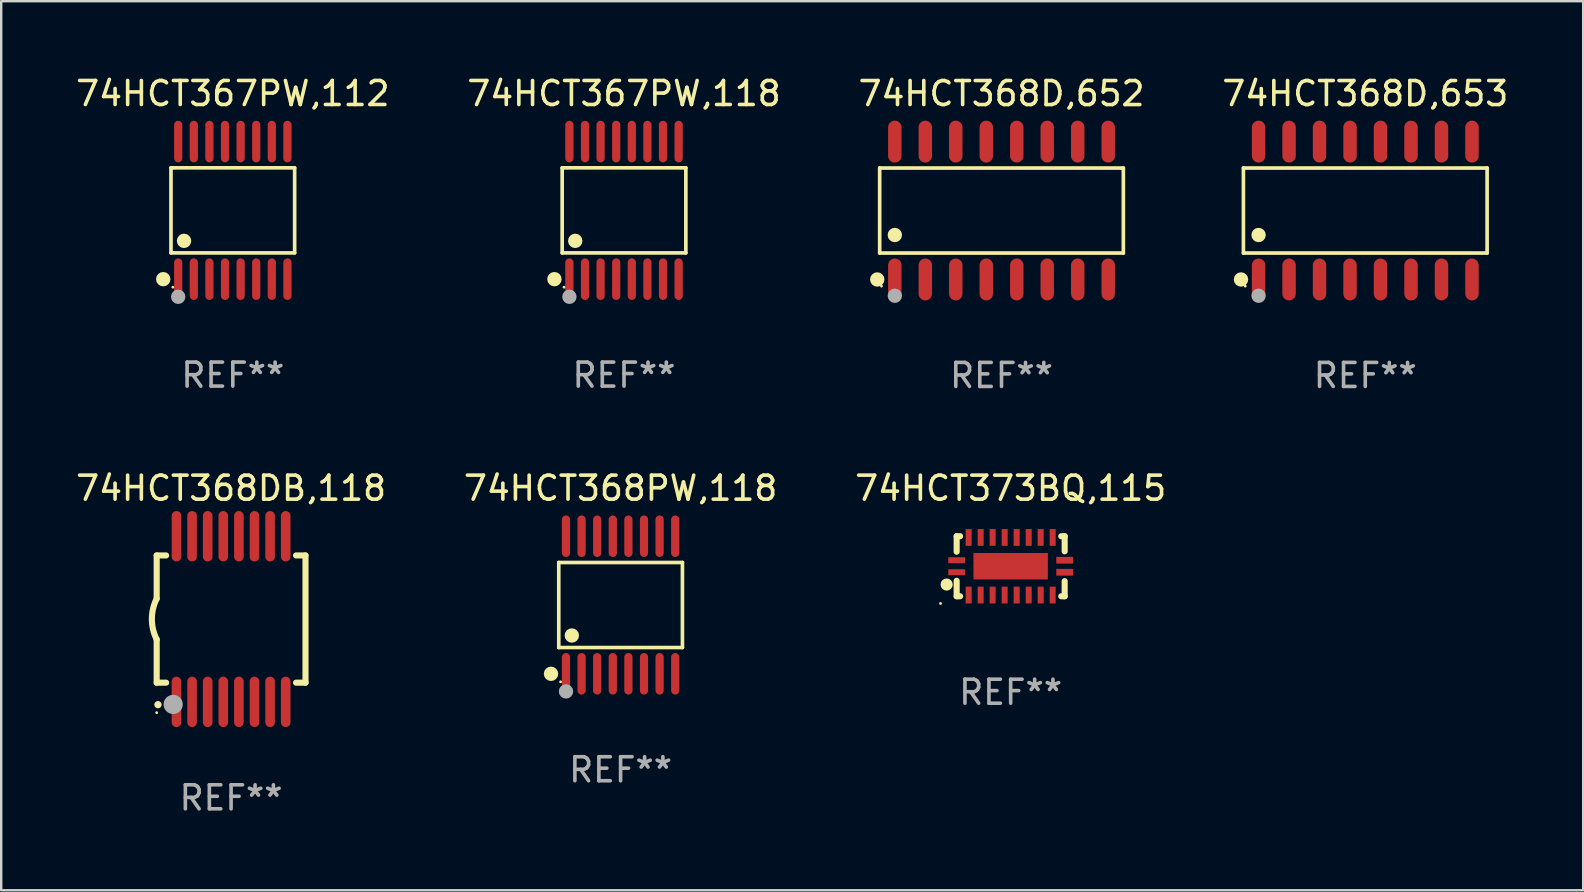
<source format=kicad_pcb>
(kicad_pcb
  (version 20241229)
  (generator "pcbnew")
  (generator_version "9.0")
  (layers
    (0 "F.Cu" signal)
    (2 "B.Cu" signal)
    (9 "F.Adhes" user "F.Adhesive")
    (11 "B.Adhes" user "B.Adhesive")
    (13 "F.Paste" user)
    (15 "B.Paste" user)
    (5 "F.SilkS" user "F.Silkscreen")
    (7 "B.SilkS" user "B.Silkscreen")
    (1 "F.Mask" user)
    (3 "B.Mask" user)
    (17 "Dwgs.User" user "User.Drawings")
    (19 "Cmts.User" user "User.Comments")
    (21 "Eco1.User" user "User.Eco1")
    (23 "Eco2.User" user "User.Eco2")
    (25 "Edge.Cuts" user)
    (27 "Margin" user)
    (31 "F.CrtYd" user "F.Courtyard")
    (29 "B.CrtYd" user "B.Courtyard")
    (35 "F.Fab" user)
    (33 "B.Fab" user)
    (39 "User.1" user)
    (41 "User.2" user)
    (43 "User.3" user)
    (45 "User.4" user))
  (footprint "74HCT368D,652"
    (layer "F.Cu")
    (at 38.673 5.721)
    (property "Reference" "74HCT368D,652" (at 0 -4.872 0) (layer "F.SilkS") (effects (font (size 1 1) (thickness 0.15))))
    (attr through_hole)
    (fp_line (start -5.076 -1.771) (end 5.076 -1.771) (stroke (width 0.152) (type solid)) (layer "F.SilkS"))
    (fp_line (start -5.076 1.771) (end -5.076 -1.771) (stroke (width 0.152) (type solid)) (layer "F.SilkS"))
    (fp_line (start 5.076 -1.771) (end 5.076 1.771) (stroke (width 0.152) (type solid)) (layer "F.SilkS"))
    (fp_line (start 5.076 1.771) (end -5.076 1.771) (stroke (width 0.152) (type solid)) (layer "F.SilkS"))
    (fp_circle (center -5.177 2.872) (end -5.027 2.872) (stroke (width 0.3) (type solid)) (fill no) (layer "F.SilkS"))
    (fp_circle (center -5 3.15) (end -4.97 3.15) (stroke (width 0.06) (type solid)) (fill no) (layer "F.SilkS"))
    (fp_circle (center -4.445 1.019) (end -4.295 1.019) (stroke (width 0.3) (type solid)) (fill no) (layer "F.SilkS"))
    (fp_circle (center -4.445 3.55) (end -4.295 3.55) (stroke (width 0.3) (type solid)) (fill no) (layer "F.Fab"))
    (fp_text user "REF**" (at 0 6.872 0) (layer "F.Fab") (effects (font (size 1 1) (thickness 0.15))))
    (pad "1" smd oval (at -4.445 2.872) (size 0.56 1.745) (layers "F.Cu" "F.Mask" "F.Paste"))
    (pad "2" smd oval (at -3.175 2.872) (size 0.56 1.745) (layers "F.Cu" "F.Mask" "F.Paste"))
    (pad "3" smd oval (at -1.905 2.872) (size 0.56 1.745) (layers "F.Cu" "F.Mask" "F.Paste"))
    (pad "4" smd oval (at -0.635 2.872) (size 0.56 1.745) (layers "F.Cu" "F.Mask" "F.Paste"))
    (pad "5" smd oval (at 0.635 2.872) (size 0.56 1.745) (layers "F.Cu" "F.Mask" "F.Paste"))
    (pad "6" smd oval (at 1.905 2.872) (size 0.56 1.745) (layers "F.Cu" "F.Mask" "F.Paste"))
    (pad "7" smd oval (at 3.175 2.872) (size 0.56 1.745) (layers "F.Cu" "F.Mask" "F.Paste"))
    (pad "8" smd oval (at 4.445 2.872) (size 0.56 1.745) (layers "F.Cu" "F.Mask" "F.Paste"))
    (pad "9" smd oval (at 4.445 -2.872) (size 0.56 1.745) (layers "F.Cu" "F.Mask" "F.Paste"))
    (pad "10" smd oval (at 3.175 -2.872) (size 0.56 1.745) (layers "F.Cu" "F.Mask" "F.Paste"))
    (pad "11" smd oval (at 1.905 -2.872) (size 0.56 1.745) (layers "F.Cu" "F.Mask" "F.Paste"))
    (pad "12" smd oval (at 0.635 -2.872) (size 0.56 1.745) (layers "F.Cu" "F.Mask" "F.Paste"))
    (pad "13" smd oval (at -0.635 -2.872) (size 0.56 1.745) (layers "F.Cu" "F.Mask" "F.Paste"))
    (pad "14" smd oval (at -1.905 -2.872) (size 0.56 1.745) (layers "F.Cu" "F.Mask" "F.Paste"))
    (pad "15" smd oval (at -3.175 -2.872) (size 0.56 1.745) (layers "F.Cu" "F.Mask" "F.Paste"))
    (pad "16" smd oval (at -4.445 -2.872) (size 0.56 1.745) (layers "F.Cu" "F.Mask" "F.Paste")))
  (footprint "74HCT368DB,118"
    (layer "F.Cu")
    (at 6.577 22.74)
    (property "Reference" "74HCT368DB,118" (at 0 -5.45 0) (layer "F.SilkS") (effects (font (size 1 1) (thickness 0.15))))
    (attr through_hole)
    (fp_line (start -3.1 -2.65) (end -3.1 -0.85) (stroke (width 0.254) (type solid)) (layer "F.SilkS"))
    (fp_line (start -3.1 -2.65) (end -2.706 -2.65) (stroke (width 0.254) (type solid)) (layer "F.SilkS"))
    (fp_line (start -3.1 2.65) (end -3.1 0.85) (stroke (width 0.254) (type solid)) (layer "F.SilkS"))
    (fp_line (start -3.1 2.65) (end -2.706 2.65) (stroke (width 0.254) (type solid)) (layer "F.SilkS"))
    (fp_line (start 2.706 -2.65) (end 3.1 -2.65) (stroke (width 0.254) (type solid)) (layer "F.SilkS"))
    (fp_line (start 2.706 2.65) (end 3.1 2.65) (stroke (width 0.254) (type solid)) (layer "F.SilkS"))
    (fp_line (start 3.1 -2.65) (end 3.1 2.65) (stroke (width 0.254) (type solid)) (layer "F.SilkS"))
    (fp_arc (start -3.098907 0.850902) (mid -3.300057 0.000523) (end -3.1 -0.850114) (stroke (width 0.254001) (type solid)) (layer "F.SilkS"))
    (fp_arc (start -3.048006 3.566066) (mid -3.046736 3.566061) (end -3.045466 3.566066) (stroke (width 0.3) (type solid)) (layer "F.SilkS"))
    (fp_circle (center -3.1 3.9) (end -3.07 3.9) (stroke (width 0.06) (type solid)) (fill no) (layer "F.SilkS"))
    (fp_circle (center -2.413 3.556) (end -2.213 3.556) (stroke (width 0.4) (type solid)) (fill no) (layer "F.Fab"))
    (fp_text user "REF**" (at 0 7.45 0) (layer "F.Fab") (effects (font (size 1 1) (thickness 0.15))))
    (pad "1" smd oval (at -2.275 3.45 180) (size 0.4 2.1) (layers "F.Cu" "F.Mask" "F.Paste"))
    (pad "2" smd oval (at -1.625 3.45 180) (size 0.4 2.1) (layers "F.Cu" "F.Mask" "F.Paste"))
    (pad "3" smd oval (at -0.975 3.45 180) (size 0.4 2.1) (layers "F.Cu" "F.Mask" "F.Paste"))
    (pad "4" smd oval (at -0.325 3.45 180) (size 0.4 2.1) (layers "F.Cu" "F.Mask" "F.Paste"))
    (pad "5" smd oval (at 0.325 3.45 180) (size 0.4 2.1) (layers "F.Cu" "F.Mask" "F.Paste"))
    (pad "6" smd oval (at 0.975 3.45 180) (size 0.4 2.1) (layers "F.Cu" "F.Mask" "F.Paste"))
    (pad "7" smd oval (at 1.625 3.45 180) (size 0.4 2.1) (layers "F.Cu" "F.Mask" "F.Paste"))
    (pad "8" smd oval (at 2.275 3.45 180) (size 0.4 2.1) (layers "F.Cu" "F.Mask" "F.Paste"))
    (pad "9" smd oval (at 2.275 -3.45 180) (size 0.4 2.1) (layers "F.Cu" "F.Mask" "F.Paste"))
    (pad "10" smd oval (at 1.625 -3.45 180) (size 0.4 2.1) (layers "F.Cu" "F.Mask" "F.Paste"))
    (pad "11" smd oval (at 0.975 -3.45 180) (size 0.4 2.1) (layers "F.Cu" "F.Mask" "F.Paste"))
    (pad "12" smd oval (at 0.325 -3.45 180) (size 0.4 2.1) (layers "F.Cu" "F.Mask" "F.Paste"))
    (pad "13" smd oval (at -0.325 -3.45 180) (size 0.4 2.1) (layers "F.Cu" "F.Mask" "F.Paste"))
    (pad "14" smd oval (at -0.975 -3.45 180) (size 0.4 2.1) (layers "F.Cu" "F.Mask" "F.Paste"))
    (pad "15" smd oval (at -1.625 -3.45 180) (size 0.4 2.1) (layers "F.Cu" "F.Mask" "F.Paste"))
    (pad "16" smd oval (at -2.275 -3.45 180) (size 0.4 2.1) (layers "F.Cu" "F.Mask" "F.Paste")))
  (footprint "74HCT368PW,118"
    (layer "F.Cu")
    (at 22.804 22.155)
    (property "Reference" "74HCT368PW,118" (at 0 -4.866 0) (layer "F.SilkS") (effects (font (size 1 1) (thickness 0.15))))
    (attr through_hole)
    (fp_line (start -2.576 -1.772) (end 2.576 -1.772) (stroke (width 0.152) (type solid)) (layer "F.SilkS"))
    (fp_line (start -2.576 1.771) (end -2.576 -1.772) (stroke (width 0.152) (type solid)) (layer "F.SilkS"))
    (fp_line (start 2.576 -1.772) (end 2.576 1.771) (stroke (width 0.152) (type solid)) (layer "F.SilkS"))
    (fp_line (start 2.576 1.771) (end -2.576 1.771) (stroke (width 0.152) (type solid)) (layer "F.SilkS"))
    (fp_circle (center -2.899 2.866) (end -2.749 2.866) (stroke (width 0.3) (type solid)) (fill no) (layer "F.SilkS"))
    (fp_circle (center -2.5 3.2) (end -2.47 3.2) (stroke (width 0.06) (type solid)) (fill no) (layer "F.SilkS"))
    (fp_circle (center -2.032 1.27) (end -1.882 1.27) (stroke (width 0.3) (type solid)) (fill no) (layer "F.SilkS"))
    (fp_circle (center -2.275 3.6) (end -2.125 3.6) (stroke (width 0.3) (type solid)) (fill no) (layer "F.Fab"))
    (fp_text user "REF**" (at 0 6.866 0) (layer "F.Fab") (effects (font (size 1 1) (thickness 0.15))))
    (pad "1" smd oval (at -2.275 2.866) (size 0.343 1.731) (layers "F.Cu" "F.Mask" "F.Paste"))
    (pad "2" smd oval (at -1.625 2.866) (size 0.343 1.731) (layers "F.Cu" "F.Mask" "F.Paste"))
    (pad "3" smd oval (at -0.975 2.866) (size 0.343 1.731) (layers "F.Cu" "F.Mask" "F.Paste"))
    (pad "4" smd oval (at -0.325 2.866) (size 0.343 1.731) (layers "F.Cu" "F.Mask" "F.Paste"))
    (pad "5" smd oval (at 0.325 2.866) (size 0.343 1.731) (layers "F.Cu" "F.Mask" "F.Paste"))
    (pad "6" smd oval (at 0.975 2.866) (size 0.343 1.731) (layers "F.Cu" "F.Mask" "F.Paste"))
    (pad "7" smd oval (at 1.625 2.866) (size 0.343 1.731) (layers "F.Cu" "F.Mask" "F.Paste"))
    (pad "8" smd oval (at 2.275 2.866) (size 0.343 1.731) (layers "F.Cu" "F.Mask" "F.Paste"))
    (pad "9" smd oval (at 2.275 -2.866) (size 0.343 1.731) (layers "F.Cu" "F.Mask" "F.Paste"))
    (pad "10" smd oval (at 1.625 -2.866) (size 0.343 1.731) (layers "F.Cu" "F.Mask" "F.Paste"))
    (pad "11" smd oval (at 0.975 -2.866) (size 0.343 1.731) (layers "F.Cu" "F.Mask" "F.Paste"))
    (pad "12" smd oval (at 0.325 -2.866) (size 0.343 1.731) (layers "F.Cu" "F.Mask" "F.Paste"))
    (pad "13" smd oval (at -0.325 -2.866) (size 0.343 1.731) (layers "F.Cu" "F.Mask" "F.Paste"))
    (pad "14" smd oval (at -0.975 -2.866) (size 0.343 1.731) (layers "F.Cu" "F.Mask" "F.Paste"))
    (pad "15" smd oval (at -1.625 -2.866) (size 0.343 1.731) (layers "F.Cu" "F.Mask" "F.Paste"))
    (pad "16" smd oval (at -2.275 -2.866) (size 0.343 1.731) (layers "F.Cu" "F.Mask" "F.Paste")))
  (footprint "74HCT368D,653"
    (layer "F.Cu")
    (at 53.827 5.721)
    (property "Reference" "74HCT368D,653" (at 0 -4.872 0) (layer "F.SilkS") (effects (font (size 1 1) (thickness 0.15))))
    (attr through_hole)
    (fp_line (start -5.076 -1.771) (end 5.076 -1.771) (stroke (width 0.152) (type solid)) (layer "F.SilkS"))
    (fp_line (start -5.076 1.771) (end -5.076 -1.771) (stroke (width 0.152) (type solid)) (layer "F.SilkS"))
    (fp_line (start 5.076 -1.771) (end 5.076 1.771) (stroke (width 0.152) (type solid)) (layer "F.SilkS"))
    (fp_line (start 5.076 1.771) (end -5.076 1.771) (stroke (width 0.152) (type solid)) (layer "F.SilkS"))
    (fp_circle (center -5.177 2.872) (end -5.027 2.872) (stroke (width 0.3) (type solid)) (fill no) (layer "F.SilkS"))
    (fp_circle (center -5 3.15) (end -4.97 3.15) (stroke (width 0.06) (type solid)) (fill no) (layer "F.SilkS"))
    (fp_circle (center -4.445 1.019) (end -4.295 1.019) (stroke (width 0.3) (type solid)) (fill no) (layer "F.SilkS"))
    (fp_circle (center -4.445 3.55) (end -4.295 3.55) (stroke (width 0.3) (type solid)) (fill no) (layer "F.Fab"))
    (fp_text user "REF**" (at 0 6.872 0) (layer "F.Fab") (effects (font (size 1 1) (thickness 0.15))))
    (pad "1" smd oval (at -4.445 2.872) (size 0.56 1.745) (layers "F.Cu" "F.Mask" "F.Paste"))
    (pad "2" smd oval (at -3.175 2.872) (size 0.56 1.745) (layers "F.Cu" "F.Mask" "F.Paste"))
    (pad "3" smd oval (at -1.905 2.872) (size 0.56 1.745) (layers "F.Cu" "F.Mask" "F.Paste"))
    (pad "4" smd oval (at -0.635 2.872) (size 0.56 1.745) (layers "F.Cu" "F.Mask" "F.Paste"))
    (pad "5" smd oval (at 0.635 2.872) (size 0.56 1.745) (layers "F.Cu" "F.Mask" "F.Paste"))
    (pad "6" smd oval (at 1.905 2.872) (size 0.56 1.745) (layers "F.Cu" "F.Mask" "F.Paste"))
    (pad "7" smd oval (at 3.175 2.872) (size 0.56 1.745) (layers "F.Cu" "F.Mask" "F.Paste"))
    (pad "8" smd oval (at 4.445 2.872) (size 0.56 1.745) (layers "F.Cu" "F.Mask" "F.Paste"))
    (pad "9" smd oval (at 4.445 -2.872) (size 0.56 1.745) (layers "F.Cu" "F.Mask" "F.Paste"))
    (pad "10" smd oval (at 3.175 -2.872) (size 0.56 1.745) (layers "F.Cu" "F.Mask" "F.Paste"))
    (pad "11" smd oval (at 1.905 -2.872) (size 0.56 1.745) (layers "F.Cu" "F.Mask" "F.Paste"))
    (pad "12" smd oval (at 0.635 -2.872) (size 0.56 1.745) (layers "F.Cu" "F.Mask" "F.Paste"))
    (pad "13" smd oval (at -0.635 -2.872) (size 0.56 1.745) (layers "F.Cu" "F.Mask" "F.Paste"))
    (pad "14" smd oval (at -1.905 -2.872) (size 0.56 1.745) (layers "F.Cu" "F.Mask" "F.Paste"))
    (pad "15" smd oval (at -3.175 -2.872) (size 0.56 1.745) (layers "F.Cu" "F.Mask" "F.Paste"))
    (pad "16" smd oval (at -4.445 -2.872) (size 0.56 1.745) (layers "F.Cu" "F.Mask" "F.Paste")))
  (footprint "74HCT373BQ,115"
    (layer "F.Cu")
    (at 39.054 20.54)
    (property "Reference" "74HCT373BQ,115" (at 0 -3.25 0) (layer "F.SilkS") (effects (font (size 1 1) (thickness 0.15))))
    (attr through_hole)
    (fp_line (start -2.25 0.605) (end -2.25 1.25) (stroke (width 0.254) (type solid)) (layer "F.SilkS"))
    (fp_line (start -2.25 1.25) (end -2.107 1.25) (stroke (width 0.254) (type solid)) (layer "F.SilkS"))
    (fp_line (start -2.25 -1.25) (end -2.25 -0.606) (stroke (width 0.254) (type solid)) (layer "F.SilkS"))
    (fp_line (start -2.25 -1.25) (end -2.107 -1.25) (stroke (width 0.254) (type solid)) (layer "F.SilkS"))
    (fp_line (start 2.107 -1.25) (end 2.25 -1.25) (stroke (width 0.254) (type solid)) (layer "F.SilkS"))
    (fp_line (start 2.107 1.25) (end 2.25 1.25) (stroke (width 0.254) (type solid)) (layer "F.SilkS"))
    (fp_line (start 2.25 -1.25) (end 2.25 -0.622) (stroke (width 0.254) (type solid)) (layer "F.SilkS"))
    (fp_line (start 2.25 0.62) (end 2.25 1.25) (stroke (width 0.254) (type solid)) (layer "F.SilkS"))
    (fp_circle (center -2.921 1.55) (end -2.891 1.55) (stroke (width 0.06) (type solid)) (fill no) (layer "F.SilkS"))
    (fp_circle (center -2.667 0.762) (end -2.54 0.762) (stroke (width 0.254) (type solid)) (fill no) (layer "F.SilkS"))
    (fp_text user "REF**" (at 0 5.25 0) (layer "F.Fab") (effects (font (size 1 1) (thickness 0.15))))
    (pad "1" smd rect (at -2.25 0.25 180) (size 0.7 0.25) (layers "F.Cu" "F.Mask" "F.Paste"))
    (pad "2" smd rect (at -1.75 1.2 90) (size 0.7 0.25) (layers "F.Cu" "F.Mask" "F.Paste"))
    (pad "3" smd rect (at -1.25 1.2 90) (size 0.7 0.25) (layers "F.Cu" "F.Mask" "F.Paste"))
    (pad "4" smd rect (at -0.751 1.2 90) (size 0.7 0.25) (layers "F.Cu" "F.Mask" "F.Paste"))
    (pad "5" smd rect (at -0.25 1.2 90) (size 0.7 0.25) (layers "F.Cu" "F.Mask" "F.Paste"))
    (pad "6" smd rect (at 0.25 1.2 90) (size 0.7 0.25) (layers "F.Cu" "F.Mask" "F.Paste"))
    (pad "7" smd rect (at 0.751 1.2 90) (size 0.7 0.25) (layers "F.Cu" "F.Mask" "F.Paste"))
    (pad "8" smd rect (at 1.25 1.2 90) (size 0.7 0.25) (layers "F.Cu" "F.Mask" "F.Paste"))
    (pad "9" smd rect (at 1.75 1.2 90) (size 0.7 0.25) (layers "F.Cu" "F.Mask" "F.Paste"))
    (pad "10" smd rect (at 2.25 0.25 180) (size 0.7 0.28) (layers "F.Cu" "F.Mask" "F.Paste"))
    (pad "11" smd rect (at 2.25 -0.251 180) (size 0.7 0.28) (layers "F.Cu" "F.Mask" "F.Paste"))
    (pad "12" smd rect (at 1.75 -1.2 90) (size 0.7 0.25) (layers "F.Cu" "F.Mask" "F.Paste"))
    (pad "13" smd rect (at 1.25 -1.2 90) (size 0.7 0.25) (layers "F.Cu" "F.Mask" "F.Paste"))
    (pad "14" smd rect (at 0.751 -1.2 90) (size 0.7 0.25) (layers "F.Cu" "F.Mask" "F.Paste"))
    (pad "15" smd rect (at 0.25 -1.2 90) (size 0.7 0.25) (layers "F.Cu" "F.Mask" "F.Paste"))
    (pad "16" smd rect (at -0.25 -1.2 90) (size 0.7 0.25) (layers "F.Cu" "F.Mask" "F.Paste"))
    (pad "17" smd rect (at -0.751 -1.2 90) (size 0.7 0.25) (layers "F.Cu" "F.Mask" "F.Paste"))
    (pad "18" smd rect (at -1.25 -1.2 90) (size 0.7 0.25) (layers "F.Cu" "F.Mask" "F.Paste"))
    (pad "19" smd rect (at -1.75 -1.2 90) (size 0.7 0.25) (layers "F.Cu" "F.Mask" "F.Paste"))
    (pad "20" smd rect (at -2.25 -0.25 180) (size 0.7 0.25) (layers "F.Cu" "F.Mask" "F.Paste"))
    (pad "21" smd rect (at 0 -0.001 180) (size 3.1 1.1) (layers "F.Cu" "F.Mask" "F.Paste")))
  (footprint "74HCT367PW,118"
    (layer "F.Cu")
    (at 22.946 5.714)
    (property "Reference" "74HCT367PW,118" (at 0 -4.866 0) (layer "F.SilkS") (effects (font (size 1 1) (thickness 0.15))))
    (attr through_hole)
    (fp_line (start -2.576 -1.772) (end 2.576 -1.772) (stroke (width 0.152) (type solid)) (layer "F.SilkS"))
    (fp_line (start -2.576 1.771) (end -2.576 -1.772) (stroke (width 0.152) (type solid)) (layer "F.SilkS"))
    (fp_line (start 2.576 -1.772) (end 2.576 1.771) (stroke (width 0.152) (type solid)) (layer "F.SilkS"))
    (fp_line (start 2.576 1.771) (end -2.576 1.771) (stroke (width 0.152) (type solid)) (layer "F.SilkS"))
    (fp_circle (center -2.899 2.866) (end -2.749 2.866) (stroke (width 0.3) (type solid)) (fill no) (layer "F.SilkS"))
    (fp_circle (center -2.5 3.2) (end -2.47 3.2) (stroke (width 0.06) (type solid)) (fill no) (layer "F.SilkS"))
    (fp_circle (center -2.032 1.27) (end -1.882 1.27) (stroke (width 0.3) (type solid)) (fill no) (layer "F.SilkS"))
    (fp_circle (center -2.275 3.6) (end -2.125 3.6) (stroke (width 0.3) (type solid)) (fill no) (layer "F.Fab"))
    (fp_text user "REF**" (at 0 6.866 0) (layer "F.Fab") (effects (font (size 1 1) (thickness 0.15))))
    (pad "1" smd oval (at -2.275 2.866) (size 0.343 1.731) (layers "F.Cu" "F.Mask" "F.Paste"))
    (pad "2" smd oval (at -1.625 2.866) (size 0.343 1.731) (layers "F.Cu" "F.Mask" "F.Paste"))
    (pad "3" smd oval (at -0.975 2.866) (size 0.343 1.731) (layers "F.Cu" "F.Mask" "F.Paste"))
    (pad "4" smd oval (at -0.325 2.866) (size 0.343 1.731) (layers "F.Cu" "F.Mask" "F.Paste"))
    (pad "5" smd oval (at 0.325 2.866) (size 0.343 1.731) (layers "F.Cu" "F.Mask" "F.Paste"))
    (pad "6" smd oval (at 0.975 2.866) (size 0.343 1.731) (layers "F.Cu" "F.Mask" "F.Paste"))
    (pad "7" smd oval (at 1.625 2.866) (size 0.343 1.731) (layers "F.Cu" "F.Mask" "F.Paste"))
    (pad "8" smd oval (at 2.275 2.866) (size 0.343 1.731) (layers "F.Cu" "F.Mask" "F.Paste"))
    (pad "9" smd oval (at 2.275 -2.866) (size 0.343 1.731) (layers "F.Cu" "F.Mask" "F.Paste"))
    (pad "10" smd oval (at 1.625 -2.866) (size 0.343 1.731) (layers "F.Cu" "F.Mask" "F.Paste"))
    (pad "11" smd oval (at 0.975 -2.866) (size 0.343 1.731) (layers "F.Cu" "F.Mask" "F.Paste"))
    (pad "12" smd oval (at 0.325 -2.866) (size 0.343 1.731) (layers "F.Cu" "F.Mask" "F.Paste"))
    (pad "13" smd oval (at -0.325 -2.866) (size 0.343 1.731) (layers "F.Cu" "F.Mask" "F.Paste"))
    (pad "14" smd oval (at -0.975 -2.866) (size 0.343 1.731) (layers "F.Cu" "F.Mask" "F.Paste"))
    (pad "15" smd oval (at -1.625 -2.866) (size 0.343 1.731) (layers "F.Cu" "F.Mask" "F.Paste"))
    (pad "16" smd oval (at -2.275 -2.866) (size 0.343 1.731) (layers "F.Cu" "F.Mask" "F.Paste")))
  (footprint "74HCT367PW,112"
    (layer "F.Cu")
    (at 6.649 5.714)
    (property "Reference" "74HCT367PW,112" (at 0 -4.866 0) (layer "F.SilkS") (effects (font (size 1 1) (thickness 0.15))))
    (attr through_hole)
    (fp_line (start -2.576 -1.772) (end 2.576 -1.772) (stroke (width 0.152) (type solid)) (layer "F.SilkS"))
    (fp_line (start -2.576 1.771) (end -2.576 -1.772) (stroke (width 0.152) (type solid)) (layer "F.SilkS"))
    (fp_line (start 2.576 -1.772) (end 2.576 1.771) (stroke (width 0.152) (type solid)) (layer "F.SilkS"))
    (fp_line (start 2.576 1.771) (end -2.576 1.771) (stroke (width 0.152) (type solid)) (layer "F.SilkS"))
    (fp_circle (center -2.899 2.866) (end -2.749 2.866) (stroke (width 0.3) (type solid)) (fill no) (layer "F.SilkS"))
    (fp_circle (center -2.5 3.2) (end -2.47 3.2) (stroke (width 0.06) (type solid)) (fill no) (layer "F.SilkS"))
    (fp_circle (center -2.032 1.27) (end -1.882 1.27) (stroke (width 0.3) (type solid)) (fill no) (layer "F.SilkS"))
    (fp_circle (center -2.275 3.6) (end -2.125 3.6) (stroke (width 0.3) (type solid)) (fill no) (layer "F.Fab"))
    (fp_text user "REF**" (at 0 6.866 0) (layer "F.Fab") (effects (font (size 1 1) (thickness 0.15))))
    (pad "1" smd oval (at -2.275 2.866) (size 0.343 1.731) (layers "F.Cu" "F.Mask" "F.Paste"))
    (pad "2" smd oval (at -1.625 2.866) (size 0.343 1.731) (layers "F.Cu" "F.Mask" "F.Paste"))
    (pad "3" smd oval (at -0.975 2.866) (size 0.343 1.731) (layers "F.Cu" "F.Mask" "F.Paste"))
    (pad "4" smd oval (at -0.325 2.866) (size 0.343 1.731) (layers "F.Cu" "F.Mask" "F.Paste"))
    (pad "5" smd oval (at 0.325 2.866) (size 0.343 1.731) (layers "F.Cu" "F.Mask" "F.Paste"))
    (pad "6" smd oval (at 0.975 2.866) (size 0.343 1.731) (layers "F.Cu" "F.Mask" "F.Paste"))
    (pad "7" smd oval (at 1.625 2.866) (size 0.343 1.731) (layers "F.Cu" "F.Mask" "F.Paste"))
    (pad "8" smd oval (at 2.275 2.866) (size 0.343 1.731) (layers "F.Cu" "F.Mask" "F.Paste"))
    (pad "9" smd oval (at 2.275 -2.866) (size 0.343 1.731) (layers "F.Cu" "F.Mask" "F.Paste"))
    (pad "10" smd oval (at 1.625 -2.866) (size 0.343 1.731) (layers "F.Cu" "F.Mask" "F.Paste"))
    (pad "11" smd oval (at 0.975 -2.866) (size 0.343 1.731) (layers "F.Cu" "F.Mask" "F.Paste"))
    (pad "12" smd oval (at 0.325 -2.866) (size 0.343 1.731) (layers "F.Cu" "F.Mask" "F.Paste"))
    (pad "13" smd oval (at -0.325 -2.866) (size 0.343 1.731) (layers "F.Cu" "F.Mask" "F.Paste"))
    (pad "14" smd oval (at -0.975 -2.866) (size 0.343 1.731) (layers "F.Cu" "F.Mask" "F.Paste"))
    (pad "15" smd oval (at -1.625 -2.866) (size 0.343 1.731) (layers "F.Cu" "F.Mask" "F.Paste"))
    (pad "16" smd oval (at -2.275 -2.866) (size 0.343 1.731) (layers "F.Cu" "F.Mask" "F.Paste")))
  (gr_rect
    (start -3 -3)
    (end 62.905 34.038)
    (stroke (width 0.1) (type default))
    (fill no)
    (layer "Edge.Cuts")))
</source>
